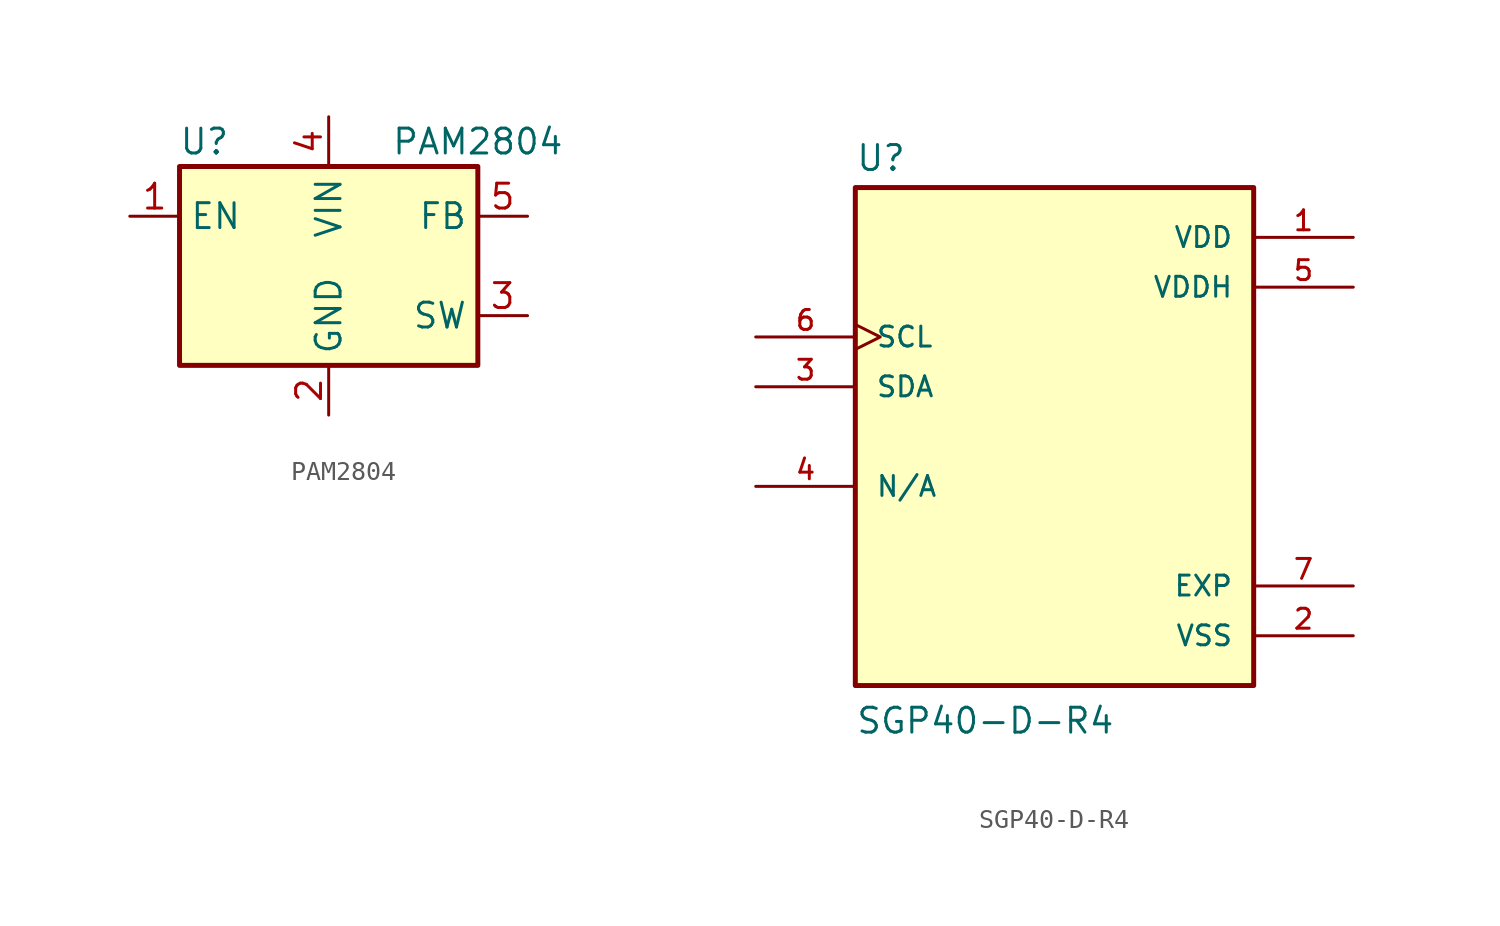
<source format=kicad_sym>
(kicad_symbol_lib
  (version 20241209)
  (generator "kicad_symbol_editor")
  (generator_version "9.0")
  (symbol "PAM2804"
    (property "Reference" "U"
      (at -6.35 6.35 0)
      (effects (font (size 1.27 1.27))))
    (property "Value" "PAM2804"
      (at 7.62 6.35 0)
      (effects (font (size 1.27 1.27))))
    (symbol "PAM2804_0_1"
      (rectangle (start -7.62 5.08) (end 7.62 -5.08) (stroke (width 0.254) (type solid)) (fill (type background))))
    (symbol "PAM2804_1_1"
      (pin input line (at -10.16 2.54 0) (length 2.54) (name "EN" (effects (font (size 1.27 1.27)))) (number "1" (effects (font (size 1.27 1.27)))))
      (pin power_in line (at 0 7.62 270) (length 2.54) (name "VIN" (effects (font (size 1.27 1.27)))) (number "4" (effects (font (size 1.27 1.27)))))
      (pin power_in line (at 0 -7.62 90) (length 2.54) (name "GND" (effects (font (size 1.27 1.27)))) (number "2" (effects (font (size 1.27 1.27)))))
      (pin input line (at 10.16 2.54 180) (length 2.54) (name "FB" (effects (font (size 1.27 1.27)))) (number "5" (effects (font (size 1.27 1.27)))))
      (pin open_collector line (at 10.16 -2.54 180) (length 2.54) (name "SW" (effects (font (size 1.27 1.27)))) (number "3" (effects (font (size 1.27 1.27)))))))
  (symbol "SGP40-D-R4"
    (pin_names
      (offset 1.016))
    (property "Reference" "U"
      (at -10.16 13.462 0)
      (effects (font (size 1.27 1.27)) (justify left bottom)))
    (property "Value" "SGP40-D-R4"
      (at -10.16 -15.24 0)
      (effects (font (size 1.27 1.27)) (justify left bottom)))
    (symbol "SGP40-D-R4_0_0"
      (rectangle (start -10.16 12.7) (end 10.16 -12.7) (stroke (width 0.254) (type default)) (fill (type background)))
      (pin bidirectional clock (at -15.24 5.08 0) (length 5.08) (name "SCL" (effects (font (size 1.016 1.016)))) (number "6" (effects (font (size 1.016 1.016)))))
      (pin bidirectional line (at -15.24 2.54 0) (length 5.08) (name "SDA" (effects (font (size 1.016 1.016)))) (number "3" (effects (font (size 1.016 1.016)))))
      (pin passive line (at -15.24 -2.54 0) (length 5.08) (name "N/A" (effects (font (size 1.016 1.016)))) (number "4" (effects (font (size 1.016 1.016)))))
      (pin power_in line (at 15.24 10.16 180) (length 5.08) (name "VDD" (effects (font (size 1.016 1.016)))) (number "1" (effects (font (size 1.016 1.016)))))
      (pin power_in line (at 15.24 7.62 180) (length 5.08) (name "VDDH" (effects (font (size 1.016 1.016)))) (number "5" (effects (font (size 1.016 1.016)))))
      (pin power_in line (at 15.24 -7.62 180) (length 5.08) (name "EXP" (effects (font (size 1.016 1.016)))) (number "7" (effects (font (size 1.016 1.016)))))
      (pin power_in line (at 15.24 -10.16 180) (length 5.08) (name "VSS" (effects (font (size 1.016 1.016)))) (number "2" (effects (font (size 1.016 1.016))))))))
</source>
